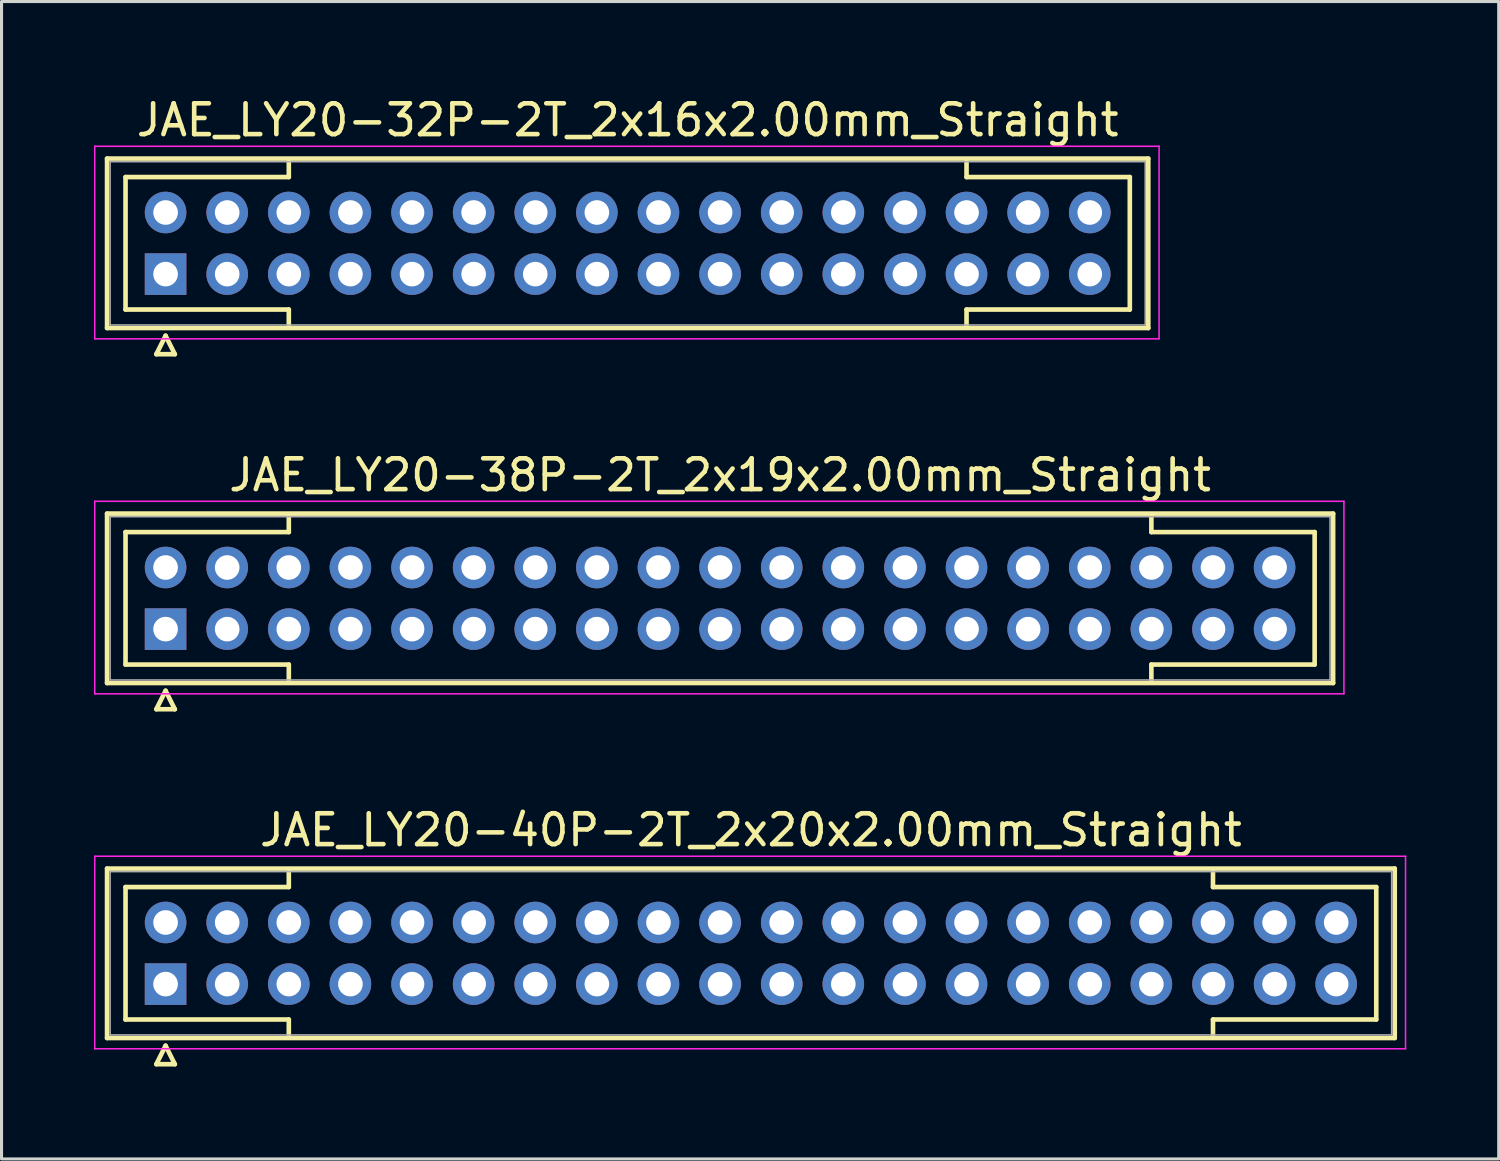
<source format=kicad_pcb>
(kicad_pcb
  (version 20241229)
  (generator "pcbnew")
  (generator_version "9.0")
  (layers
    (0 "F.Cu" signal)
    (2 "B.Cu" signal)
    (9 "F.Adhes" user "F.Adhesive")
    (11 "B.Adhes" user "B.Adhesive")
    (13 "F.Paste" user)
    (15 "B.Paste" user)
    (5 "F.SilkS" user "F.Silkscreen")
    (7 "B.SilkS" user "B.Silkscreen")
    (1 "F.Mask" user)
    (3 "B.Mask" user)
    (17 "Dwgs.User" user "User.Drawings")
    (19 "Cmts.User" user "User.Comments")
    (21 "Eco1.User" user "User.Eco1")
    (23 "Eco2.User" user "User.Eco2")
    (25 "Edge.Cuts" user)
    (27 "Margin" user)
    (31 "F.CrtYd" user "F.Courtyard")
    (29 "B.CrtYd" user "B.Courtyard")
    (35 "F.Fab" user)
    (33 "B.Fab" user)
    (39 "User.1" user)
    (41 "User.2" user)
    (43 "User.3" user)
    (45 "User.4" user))
  (footprint "JAE_LY20-32P-2T_2x16x2.00mm_Straight"
    (layer "F.Cu")
    (at 2.325 5.848)
    (property "Reference" "JAE_LY20-32P-2T_2x16x2.00mm_Straight" (at 15 -5 0) (layer "F.SilkS") (effects (font (size 1 1) (thickness 0.15))))
    (attr through_hole)
    (fp_line (start -1.9 -3.75) (end -1.9 1.75) (stroke (width 0.15) (type solid)) (layer "F.SilkS"))
    (fp_line (start -1.9 1.75) (end 31.9 1.75) (stroke (width 0.15) (type solid)) (layer "F.SilkS"))
    (fp_line (start -1.3 -3.15) (end 4 -3.15) (stroke (width 0.15) (type solid)) (layer "F.SilkS"))
    (fp_line (start -1.3 1.15) (end -1.3 -3.15) (stroke (width 0.15) (type solid)) (layer "F.SilkS"))
    (fp_line (start -0.3 2.6) (end 0.3 2.6) (stroke (width 0.15) (type solid)) (layer "F.SilkS"))
    (fp_line (start 0 2) (end -0.3 2.6) (stroke (width 0.15) (type solid)) (layer "F.SilkS"))
    (fp_line (start 0.3 2.6) (end 0 2) (stroke (width 0.15) (type solid)) (layer "F.SilkS"))
    (fp_line (start 4 -3.15) (end 4 -3.65) (stroke (width 0.15) (type solid)) (layer "F.SilkS"))
    (fp_line (start 4 1.15) (end -1.3 1.15) (stroke (width 0.15) (type solid)) (layer "F.SilkS"))
    (fp_line (start 4 1.65) (end 4 1.15) (stroke (width 0.15) (type solid)) (layer "F.SilkS"))
    (fp_line (start 26 -3.15) (end 26 -3.65) (stroke (width 0.15) (type solid)) (layer "F.SilkS"))
    (fp_line (start 26 1.15) (end 31.3 1.15) (stroke (width 0.15) (type solid)) (layer "F.SilkS"))
    (fp_line (start 26 1.65) (end 26 1.15) (stroke (width 0.15) (type solid)) (layer "F.SilkS"))
    (fp_line (start 31.3 -3.15) (end 26 -3.15) (stroke (width 0.15) (type solid)) (layer "F.SilkS"))
    (fp_line (start 31.3 1.15) (end 31.3 -3.15) (stroke (width 0.15) (type solid)) (layer "F.SilkS"))
    (fp_line (start 31.9 -3.75) (end -1.9 -3.75) (stroke (width 0.15) (type solid)) (layer "F.SilkS"))
    (fp_line (start 31.9 1.75) (end 31.9 -3.75) (stroke (width 0.15) (type solid)) (layer "F.SilkS"))
    (fp_line (start -2.3 -4.15) (end -2.3 2.1) (stroke (width 0.05) (type solid)) (layer "F.CrtYd"))
    (fp_line (start -2.3 2.1) (end 32.25 2.1) (stroke (width 0.05) (type solid)) (layer "F.CrtYd"))
    (fp_line (start 32.25 -4.15) (end -2.3 -4.15) (stroke (width 0.05) (type solid)) (layer "F.CrtYd"))
    (fp_line (start 32.25 2.1) (end 32.25 -4.15) (stroke (width 0.05) (type solid)) (layer "F.CrtYd"))
    (fp_line (start -1.8 -3.65) (end -1.8 1.65) (stroke (width 0.05) (type solid)) (layer "F.Fab"))
    (fp_line (start -1.8 1.65) (end 31.8 1.65) (stroke (width 0.05) (type solid)) (layer "F.Fab"))
    (fp_line (start 31.8 -3.65) (end -1.8 -3.65) (stroke (width 0.05) (type solid)) (layer "F.Fab"))
    (fp_line (start 31.8 1.65) (end 31.8 -3.65) (stroke (width 0.05) (type solid)) (layer "F.Fab"))
    (pad "1" thru_hole rect (at 0 0) (size 1.35 1.35) (drill 0.8) (layers "*.Cu" "*.Mask"))
    (pad "2" thru_hole circle (at 2 0) (size 1.35 1.35) (drill 0.8) (layers "*.Cu" "*.Mask"))
    (pad "3" thru_hole circle (at 4 0) (size 1.35 1.35) (drill 0.8) (layers "*.Cu" "*.Mask"))
    (pad "4" thru_hole circle (at 6 0) (size 1.35 1.35) (drill 0.8) (layers "*.Cu" "*.Mask"))
    (pad "5" thru_hole circle (at 8 0) (size 1.35 1.35) (drill 0.8) (layers "*.Cu" "*.Mask"))
    (pad "6" thru_hole circle (at 10 0) (size 1.35 1.35) (drill 0.8) (layers "*.Cu" "*.Mask"))
    (pad "7" thru_hole circle (at 12 0) (size 1.35 1.35) (drill 0.8) (layers "*.Cu" "*.Mask"))
    (pad "8" thru_hole circle (at 14 0) (size 1.35 1.35) (drill 0.8) (layers "*.Cu" "*.Mask"))
    (pad "9" thru_hole circle (at 16 0) (size 1.35 1.35) (drill 0.8) (layers "*.Cu" "*.Mask"))
    (pad "10" thru_hole circle (at 18 0) (size 1.35 1.35) (drill 0.8) (layers "*.Cu" "*.Mask"))
    (pad "11" thru_hole circle (at 20 0) (size 1.35 1.35) (drill 0.8) (layers "*.Cu" "*.Mask"))
    (pad "12" thru_hole circle (at 22 0) (size 1.35 1.35) (drill 0.8) (layers "*.Cu" "*.Mask"))
    (pad "13" thru_hole circle (at 24 0) (size 1.35 1.35) (drill 0.8) (layers "*.Cu" "*.Mask"))
    (pad "14" thru_hole circle (at 26 0) (size 1.35 1.35) (drill 0.8) (layers "*.Cu" "*.Mask"))
    (pad "15" thru_hole circle (at 28 0) (size 1.35 1.35) (drill 0.8) (layers "*.Cu" "*.Mask"))
    (pad "16" thru_hole circle (at 30 0) (size 1.35 1.35) (drill 0.8) (layers "*.Cu" "*.Mask"))
    (pad "17" thru_hole circle (at 0 -2) (size 1.35 1.35) (drill 0.8) (layers "*.Cu" "*.Mask"))
    (pad "18" thru_hole circle (at 2 -2) (size 1.35 1.35) (drill 0.8) (layers "*.Cu" "*.Mask"))
    (pad "19" thru_hole circle (at 4 -2) (size 1.35 1.35) (drill 0.8) (layers "*.Cu" "*.Mask"))
    (pad "20" thru_hole circle (at 6 -2) (size 1.35 1.35) (drill 0.8) (layers "*.Cu" "*.Mask"))
    (pad "21" thru_hole circle (at 8 -2) (size 1.35 1.35) (drill 0.8) (layers "*.Cu" "*.Mask"))
    (pad "22" thru_hole circle (at 10 -2) (size 1.35 1.35) (drill 0.8) (layers "*.Cu" "*.Mask"))
    (pad "23" thru_hole circle (at 12 -2) (size 1.35 1.35) (drill 0.8) (layers "*.Cu" "*.Mask"))
    (pad "24" thru_hole circle (at 14 -2) (size 1.35 1.35) (drill 0.8) (layers "*.Cu" "*.Mask"))
    (pad "25" thru_hole circle (at 16 -2) (size 1.35 1.35) (drill 0.8) (layers "*.Cu" "*.Mask"))
    (pad "26" thru_hole circle (at 18 -2) (size 1.35 1.35) (drill 0.8) (layers "*.Cu" "*.Mask"))
    (pad "27" thru_hole circle (at 20 -2) (size 1.35 1.35) (drill 0.8) (layers "*.Cu" "*.Mask"))
    (pad "28" thru_hole circle (at 22 -2) (size 1.35 1.35) (drill 0.8) (layers "*.Cu" "*.Mask"))
    (pad "29" thru_hole circle (at 24 -2) (size 1.35 1.35) (drill 0.8) (layers "*.Cu" "*.Mask"))
    (pad "30" thru_hole circle (at 26 -2) (size 1.35 1.35) (drill 0.8) (layers "*.Cu" "*.Mask"))
    (pad "31" thru_hole circle (at 28 -2) (size 1.35 1.35) (drill 0.8) (layers "*.Cu" "*.Mask"))
    (pad "32" thru_hole circle (at 30 -2) (size 1.35 1.35) (drill 0.8) (layers "*.Cu" "*.Mask")))
  (footprint "JAE_LY20-40P-2T_2x20x2.00mm_Straight"
    (layer "F.Cu")
    (at 2.325 28.895)
    (property "Reference" "JAE_LY20-40P-2T_2x20x2.00mm_Straight" (at 19 -5 0) (layer "F.SilkS") (effects (font (size 1 1) (thickness 0.15))))
    (attr through_hole)
    (fp_line (start -1.9 -3.75) (end -1.9 1.75) (stroke (width 0.15) (type solid)) (layer "F.SilkS"))
    (fp_line (start -1.9 1.75) (end 39.9 1.75) (stroke (width 0.15) (type solid)) (layer "F.SilkS"))
    (fp_line (start -1.3 -3.15) (end 4 -3.15) (stroke (width 0.15) (type solid)) (layer "F.SilkS"))
    (fp_line (start -1.3 1.15) (end -1.3 -3.15) (stroke (width 0.15) (type solid)) (layer "F.SilkS"))
    (fp_line (start -0.3 2.6) (end 0.3 2.6) (stroke (width 0.15) (type solid)) (layer "F.SilkS"))
    (fp_line (start 0 2) (end -0.3 2.6) (stroke (width 0.15) (type solid)) (layer "F.SilkS"))
    (fp_line (start 0.3 2.6) (end 0 2) (stroke (width 0.15) (type solid)) (layer "F.SilkS"))
    (fp_line (start 4 -3.15) (end 4 -3.65) (stroke (width 0.15) (type solid)) (layer "F.SilkS"))
    (fp_line (start 4 1.15) (end -1.3 1.15) (stroke (width 0.15) (type solid)) (layer "F.SilkS"))
    (fp_line (start 4 1.65) (end 4 1.15) (stroke (width 0.15) (type solid)) (layer "F.SilkS"))
    (fp_line (start 34 -3.15) (end 34 -3.65) (stroke (width 0.15) (type solid)) (layer "F.SilkS"))
    (fp_line (start 34 1.15) (end 39.3 1.15) (stroke (width 0.15) (type solid)) (layer "F.SilkS"))
    (fp_line (start 34 1.65) (end 34 1.15) (stroke (width 0.15) (type solid)) (layer "F.SilkS"))
    (fp_line (start 39.3 -3.15) (end 34 -3.15) (stroke (width 0.15) (type solid)) (layer "F.SilkS"))
    (fp_line (start 39.3 1.15) (end 39.3 -3.15) (stroke (width 0.15) (type solid)) (layer "F.SilkS"))
    (fp_line (start 39.9 -3.75) (end -1.9 -3.75) (stroke (width 0.15) (type solid)) (layer "F.SilkS"))
    (fp_line (start 39.9 1.75) (end 39.9 -3.75) (stroke (width 0.15) (type solid)) (layer "F.SilkS"))
    (fp_line (start -2.3 -4.15) (end -2.3 2.1) (stroke (width 0.05) (type solid)) (layer "F.CrtYd"))
    (fp_line (start -2.3 2.1) (end 40.25 2.1) (stroke (width 0.05) (type solid)) (layer "F.CrtYd"))
    (fp_line (start 40.25 -4.15) (end -2.3 -4.15) (stroke (width 0.05) (type solid)) (layer "F.CrtYd"))
    (fp_line (start 40.25 2.1) (end 40.25 -4.15) (stroke (width 0.05) (type solid)) (layer "F.CrtYd"))
    (fp_line (start -1.8 -3.65) (end -1.8 1.65) (stroke (width 0.05) (type solid)) (layer "F.Fab"))
    (fp_line (start -1.8 1.65) (end 39.8 1.65) (stroke (width 0.05) (type solid)) (layer "F.Fab"))
    (fp_line (start 39.8 -3.65) (end -1.8 -3.65) (stroke (width 0.05) (type solid)) (layer "F.Fab"))
    (fp_line (start 39.8 1.65) (end 39.8 -3.65) (stroke (width 0.05) (type solid)) (layer "F.Fab"))
    (pad "1" thru_hole rect (at 0 0) (size 1.35 1.35) (drill 0.8) (layers "*.Cu" "*.Mask"))
    (pad "2" thru_hole circle (at 2 0) (size 1.35 1.35) (drill 0.8) (layers "*.Cu" "*.Mask"))
    (pad "3" thru_hole circle (at 4 0) (size 1.35 1.35) (drill 0.8) (layers "*.Cu" "*.Mask"))
    (pad "4" thru_hole circle (at 6 0) (size 1.35 1.35) (drill 0.8) (layers "*.Cu" "*.Mask"))
    (pad "5" thru_hole circle (at 8 0) (size 1.35 1.35) (drill 0.8) (layers "*.Cu" "*.Mask"))
    (pad "6" thru_hole circle (at 10 0) (size 1.35 1.35) (drill 0.8) (layers "*.Cu" "*.Mask"))
    (pad "7" thru_hole circle (at 12 0) (size 1.35 1.35) (drill 0.8) (layers "*.Cu" "*.Mask"))
    (pad "8" thru_hole circle (at 14 0) (size 1.35 1.35) (drill 0.8) (layers "*.Cu" "*.Mask"))
    (pad "9" thru_hole circle (at 16 0) (size 1.35 1.35) (drill 0.8) (layers "*.Cu" "*.Mask"))
    (pad "10" thru_hole circle (at 18 0) (size 1.35 1.35) (drill 0.8) (layers "*.Cu" "*.Mask"))
    (pad "11" thru_hole circle (at 20 0) (size 1.35 1.35) (drill 0.8) (layers "*.Cu" "*.Mask"))
    (pad "12" thru_hole circle (at 22 0) (size 1.35 1.35) (drill 0.8) (layers "*.Cu" "*.Mask"))
    (pad "13" thru_hole circle (at 24 0) (size 1.35 1.35) (drill 0.8) (layers "*.Cu" "*.Mask"))
    (pad "14" thru_hole circle (at 26 0) (size 1.35 1.35) (drill 0.8) (layers "*.Cu" "*.Mask"))
    (pad "15" thru_hole circle (at 28 0) (size 1.35 1.35) (drill 0.8) (layers "*.Cu" "*.Mask"))
    (pad "16" thru_hole circle (at 30 0) (size 1.35 1.35) (drill 0.8) (layers "*.Cu" "*.Mask"))
    (pad "17" thru_hole circle (at 32 0) (size 1.35 1.35) (drill 0.8) (layers "*.Cu" "*.Mask"))
    (pad "18" thru_hole circle (at 34 0) (size 1.35 1.35) (drill 0.8) (layers "*.Cu" "*.Mask"))
    (pad "19" thru_hole circle (at 36 0) (size 1.35 1.35) (drill 0.8) (layers "*.Cu" "*.Mask"))
    (pad "20" thru_hole circle (at 38 0) (size 1.35 1.35) (drill 0.8) (layers "*.Cu" "*.Mask"))
    (pad "21" thru_hole circle (at 0 -2) (size 1.35 1.35) (drill 0.8) (layers "*.Cu" "*.Mask"))
    (pad "22" thru_hole circle (at 2 -2) (size 1.35 1.35) (drill 0.8) (layers "*.Cu" "*.Mask"))
    (pad "23" thru_hole circle (at 4 -2) (size 1.35 1.35) (drill 0.8) (layers "*.Cu" "*.Mask"))
    (pad "24" thru_hole circle (at 6 -2) (size 1.35 1.35) (drill 0.8) (layers "*.Cu" "*.Mask"))
    (pad "25" thru_hole circle (at 8 -2) (size 1.35 1.35) (drill 0.8) (layers "*.Cu" "*.Mask"))
    (pad "26" thru_hole circle (at 10 -2) (size 1.35 1.35) (drill 0.8) (layers "*.Cu" "*.Mask"))
    (pad "27" thru_hole circle (at 12 -2) (size 1.35 1.35) (drill 0.8) (layers "*.Cu" "*.Mask"))
    (pad "28" thru_hole circle (at 14 -2) (size 1.35 1.35) (drill 0.8) (layers "*.Cu" "*.Mask"))
    (pad "29" thru_hole circle (at 16 -2) (size 1.35 1.35) (drill 0.8) (layers "*.Cu" "*.Mask"))
    (pad "30" thru_hole circle (at 18 -2) (size 1.35 1.35) (drill 0.8) (layers "*.Cu" "*.Mask"))
    (pad "31" thru_hole circle (at 20 -2) (size 1.35 1.35) (drill 0.8) (layers "*.Cu" "*.Mask"))
    (pad "32" thru_hole circle (at 22 -2) (size 1.35 1.35) (drill 0.8) (layers "*.Cu" "*.Mask"))
    (pad "33" thru_hole circle (at 24 -2) (size 1.35 1.35) (drill 0.8) (layers "*.Cu" "*.Mask"))
    (pad "34" thru_hole circle (at 26 -2) (size 1.35 1.35) (drill 0.8) (layers "*.Cu" "*.Mask"))
    (pad "35" thru_hole circle (at 28 -2) (size 1.35 1.35) (drill 0.8) (layers "*.Cu" "*.Mask"))
    (pad "36" thru_hole circle (at 30 -2) (size 1.35 1.35) (drill 0.8) (layers "*.Cu" "*.Mask"))
    (pad "37" thru_hole circle (at 32 -2) (size 1.35 1.35) (drill 0.8) (layers "*.Cu" "*.Mask"))
    (pad "38" thru_hole circle (at 34 -2) (size 1.35 1.35) (drill 0.8) (layers "*.Cu" "*.Mask"))
    (pad "39" thru_hole circle (at 36 -2) (size 1.35 1.35) (drill 0.8) (layers "*.Cu" "*.Mask"))
    (pad "40" thru_hole circle (at 38 -2) (size 1.35 1.35) (drill 0.8) (layers "*.Cu" "*.Mask")))
  (footprint "JAE_LY20-38P-2T_2x19x2.00mm_Straight"
    (layer "F.Cu")
    (at 2.325 17.372)
    (property "Reference" "JAE_LY20-38P-2T_2x19x2.00mm_Straight" (at 18 -5 0) (layer "F.SilkS") (effects (font (size 1 1) (thickness 0.15))))
    (attr through_hole)
    (fp_line (start -1.9 -3.75) (end -1.9 1.75) (stroke (width 0.15) (type solid)) (layer "F.SilkS"))
    (fp_line (start -1.9 1.75) (end 37.9 1.75) (stroke (width 0.15) (type solid)) (layer "F.SilkS"))
    (fp_line (start -1.3 -3.15) (end 4 -3.15) (stroke (width 0.15) (type solid)) (layer "F.SilkS"))
    (fp_line (start -1.3 1.15) (end -1.3 -3.15) (stroke (width 0.15) (type solid)) (layer "F.SilkS"))
    (fp_line (start -0.3 2.6) (end 0.3 2.6) (stroke (width 0.15) (type solid)) (layer "F.SilkS"))
    (fp_line (start 0 2) (end -0.3 2.6) (stroke (width 0.15) (type solid)) (layer "F.SilkS"))
    (fp_line (start 0.3 2.6) (end 0 2) (stroke (width 0.15) (type solid)) (layer "F.SilkS"))
    (fp_line (start 4 -3.15) (end 4 -3.65) (stroke (width 0.15) (type solid)) (layer "F.SilkS"))
    (fp_line (start 4 1.15) (end -1.3 1.15) (stroke (width 0.15) (type solid)) (layer "F.SilkS"))
    (fp_line (start 4 1.65) (end 4 1.15) (stroke (width 0.15) (type solid)) (layer "F.SilkS"))
    (fp_line (start 32 -3.15) (end 32 -3.65) (stroke (width 0.15) (type solid)) (layer "F.SilkS"))
    (fp_line (start 32 1.15) (end 37.3 1.15) (stroke (width 0.15) (type solid)) (layer "F.SilkS"))
    (fp_line (start 32 1.65) (end 32 1.15) (stroke (width 0.15) (type solid)) (layer "F.SilkS"))
    (fp_line (start 37.3 -3.15) (end 32 -3.15) (stroke (width 0.15) (type solid)) (layer "F.SilkS"))
    (fp_line (start 37.3 1.15) (end 37.3 -3.15) (stroke (width 0.15) (type solid)) (layer "F.SilkS"))
    (fp_line (start 37.9 -3.75) (end -1.9 -3.75) (stroke (width 0.15) (type solid)) (layer "F.SilkS"))
    (fp_line (start 37.9 1.75) (end 37.9 -3.75) (stroke (width 0.15) (type solid)) (layer "F.SilkS"))
    (fp_line (start -2.3 -4.15) (end -2.3 2.1) (stroke (width 0.05) (type solid)) (layer "F.CrtYd"))
    (fp_line (start -2.3 2.1) (end 38.25 2.1) (stroke (width 0.05) (type solid)) (layer "F.CrtYd"))
    (fp_line (start 38.25 -4.15) (end -2.3 -4.15) (stroke (width 0.05) (type solid)) (layer "F.CrtYd"))
    (fp_line (start 38.25 2.1) (end 38.25 -4.15) (stroke (width 0.05) (type solid)) (layer "F.CrtYd"))
    (fp_line (start -1.8 -3.65) (end -1.8 1.65) (stroke (width 0.05) (type solid)) (layer "F.Fab"))
    (fp_line (start -1.8 1.65) (end 37.8 1.65) (stroke (width 0.05) (type solid)) (layer "F.Fab"))
    (fp_line (start 37.8 -3.65) (end -1.8 -3.65) (stroke (width 0.05) (type solid)) (layer "F.Fab"))
    (fp_line (start 37.8 1.65) (end 37.8 -3.65) (stroke (width 0.05) (type solid)) (layer "F.Fab"))
    (pad "1" thru_hole rect (at 0 0) (size 1.35 1.35) (drill 0.8) (layers "*.Cu" "*.Mask"))
    (pad "2" thru_hole circle (at 2 0) (size 1.35 1.35) (drill 0.8) (layers "*.Cu" "*.Mask"))
    (pad "3" thru_hole circle (at 4 0) (size 1.35 1.35) (drill 0.8) (layers "*.Cu" "*.Mask"))
    (pad "4" thru_hole circle (at 6 0) (size 1.35 1.35) (drill 0.8) (layers "*.Cu" "*.Mask"))
    (pad "5" thru_hole circle (at 8 0) (size 1.35 1.35) (drill 0.8) (layers "*.Cu" "*.Mask"))
    (pad "6" thru_hole circle (at 10 0) (size 1.35 1.35) (drill 0.8) (layers "*.Cu" "*.Mask"))
    (pad "7" thru_hole circle (at 12 0) (size 1.35 1.35) (drill 0.8) (layers "*.Cu" "*.Mask"))
    (pad "8" thru_hole circle (at 14 0) (size 1.35 1.35) (drill 0.8) (layers "*.Cu" "*.Mask"))
    (pad "9" thru_hole circle (at 16 0) (size 1.35 1.35) (drill 0.8) (layers "*.Cu" "*.Mask"))
    (pad "10" thru_hole circle (at 18 0) (size 1.35 1.35) (drill 0.8) (layers "*.Cu" "*.Mask"))
    (pad "11" thru_hole circle (at 20 0) (size 1.35 1.35) (drill 0.8) (layers "*.Cu" "*.Mask"))
    (pad "12" thru_hole circle (at 22 0) (size 1.35 1.35) (drill 0.8) (layers "*.Cu" "*.Mask"))
    (pad "13" thru_hole circle (at 24 0) (size 1.35 1.35) (drill 0.8) (layers "*.Cu" "*.Mask"))
    (pad "14" thru_hole circle (at 26 0) (size 1.35 1.35) (drill 0.8) (layers "*.Cu" "*.Mask"))
    (pad "15" thru_hole circle (at 28 0) (size 1.35 1.35) (drill 0.8) (layers "*.Cu" "*.Mask"))
    (pad "16" thru_hole circle (at 30 0) (size 1.35 1.35) (drill 0.8) (layers "*.Cu" "*.Mask"))
    (pad "17" thru_hole circle (at 32 0) (size 1.35 1.35) (drill 0.8) (layers "*.Cu" "*.Mask"))
    (pad "18" thru_hole circle (at 34 0) (size 1.35 1.35) (drill 0.8) (layers "*.Cu" "*.Mask"))
    (pad "19" thru_hole circle (at 36 0) (size 1.35 1.35) (drill 0.8) (layers "*.Cu" "*.Mask"))
    (pad "20" thru_hole circle (at 0 -2) (size 1.35 1.35) (drill 0.8) (layers "*.Cu" "*.Mask"))
    (pad "21" thru_hole circle (at 2 -2) (size 1.35 1.35) (drill 0.8) (layers "*.Cu" "*.Mask"))
    (pad "22" thru_hole circle (at 4 -2) (size 1.35 1.35) (drill 0.8) (layers "*.Cu" "*.Mask"))
    (pad "23" thru_hole circle (at 6 -2) (size 1.35 1.35) (drill 0.8) (layers "*.Cu" "*.Mask"))
    (pad "24" thru_hole circle (at 8 -2) (size 1.35 1.35) (drill 0.8) (layers "*.Cu" "*.Mask"))
    (pad "25" thru_hole circle (at 10 -2) (size 1.35 1.35) (drill 0.8) (layers "*.Cu" "*.Mask"))
    (pad "26" thru_hole circle (at 12 -2) (size 1.35 1.35) (drill 0.8) (layers "*.Cu" "*.Mask"))
    (pad "27" thru_hole circle (at 14 -2) (size 1.35 1.35) (drill 0.8) (layers "*.Cu" "*.Mask"))
    (pad "28" thru_hole circle (at 16 -2) (size 1.35 1.35) (drill 0.8) (layers "*.Cu" "*.Mask"))
    (pad "29" thru_hole circle (at 18 -2) (size 1.35 1.35) (drill 0.8) (layers "*.Cu" "*.Mask"))
    (pad "30" thru_hole circle (at 20 -2) (size 1.35 1.35) (drill 0.8) (layers "*.Cu" "*.Mask"))
    (pad "31" thru_hole circle (at 22 -2) (size 1.35 1.35) (drill 0.8) (layers "*.Cu" "*.Mask"))
    (pad "32" thru_hole circle (at 24 -2) (size 1.35 1.35) (drill 0.8) (layers "*.Cu" "*.Mask"))
    (pad "33" thru_hole circle (at 26 -2) (size 1.35 1.35) (drill 0.8) (layers "*.Cu" "*.Mask"))
    (pad "34" thru_hole circle (at 28 -2) (size 1.35 1.35) (drill 0.8) (layers "*.Cu" "*.Mask"))
    (pad "35" thru_hole circle (at 30 -2) (size 1.35 1.35) (drill 0.8) (layers "*.Cu" "*.Mask"))
    (pad "36" thru_hole circle (at 32 -2) (size 1.35 1.35) (drill 0.8) (layers "*.Cu" "*.Mask"))
    (pad "37" thru_hole circle (at 34 -2) (size 1.35 1.35) (drill 0.8) (layers "*.Cu" "*.Mask"))
    (pad "38" thru_hole circle (at 36 -2) (size 1.35 1.35) (drill 0.8) (layers "*.Cu" "*.Mask")))
  (gr_rect
    (start -3 -3)
    (end 45.6 34.57)
    (stroke (width 0.1) (type default))
    (fill no)
    (layer "Edge.Cuts")))
</source>
